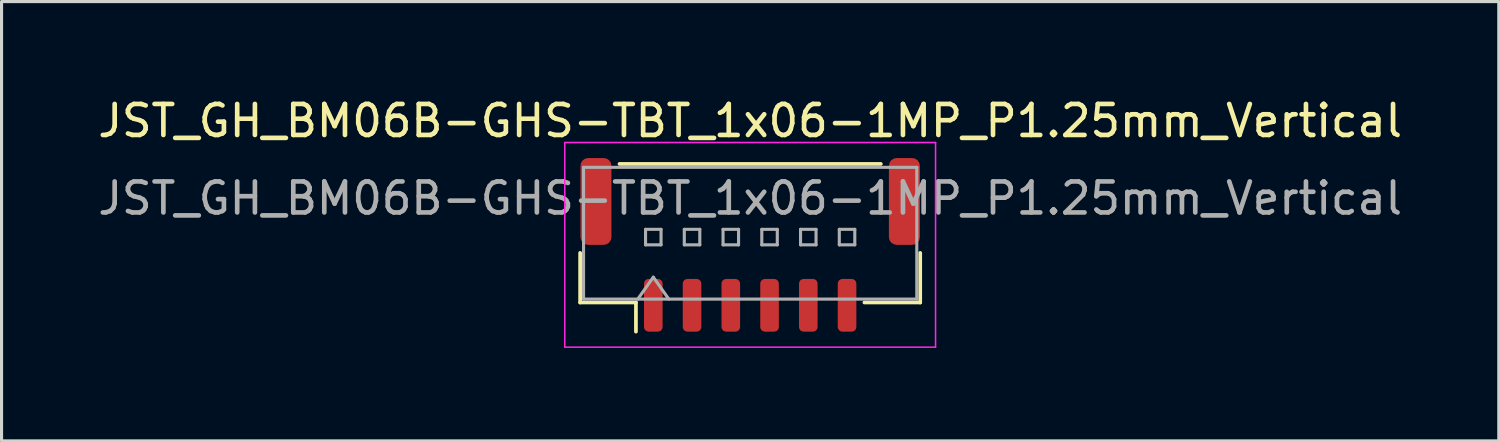
<source format=kicad_pcb>
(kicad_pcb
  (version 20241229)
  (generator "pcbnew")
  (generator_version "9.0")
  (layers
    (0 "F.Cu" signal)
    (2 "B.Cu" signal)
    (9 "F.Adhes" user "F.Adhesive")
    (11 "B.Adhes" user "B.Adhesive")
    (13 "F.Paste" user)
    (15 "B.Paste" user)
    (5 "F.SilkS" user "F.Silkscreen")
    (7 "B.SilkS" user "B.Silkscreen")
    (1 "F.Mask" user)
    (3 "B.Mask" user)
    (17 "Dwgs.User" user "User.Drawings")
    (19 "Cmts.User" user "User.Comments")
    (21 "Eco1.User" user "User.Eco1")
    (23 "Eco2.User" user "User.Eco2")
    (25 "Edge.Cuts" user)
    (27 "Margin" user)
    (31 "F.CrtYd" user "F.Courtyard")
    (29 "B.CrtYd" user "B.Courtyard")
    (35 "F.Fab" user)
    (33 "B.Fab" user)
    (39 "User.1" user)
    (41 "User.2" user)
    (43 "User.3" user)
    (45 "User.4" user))
  (footprint "JST_GH_BM06B-GHS-TBT_1x06-1MP_P1.25mm_Vertical"
    (layer "F.Cu")
    (at 21.149 4.848)
    (property "Reference" "JST_GH_BM06B-GHS-TBT_1x06-1MP_P1.25mm_Vertical" (at 0 -4 180) (layer "F.SilkS") (effects (font (size 1 1) (thickness 0.15))))
    (attr smd)
    (fp_line (start -5.485 0.26) (end -5.485 1.86) (stroke (width 0.12) (type solid)) (layer "F.SilkS"))
    (fp_line (start -5.485 1.86) (end -3.685 1.86) (stroke (width 0.12) (type solid)) (layer "F.SilkS"))
    (fp_line (start -4.215 -2.61) (end 4.215 -2.61) (stroke (width 0.12) (type solid)) (layer "F.SilkS"))
    (fp_line (start -3.685 1.86) (end -3.685 2.8) (stroke (width 0.12) (type solid)) (layer "F.SilkS"))
    (fp_line (start 5.485 0.26) (end 5.485 1.86) (stroke (width 0.12) (type solid)) (layer "F.SilkS"))
    (fp_line (start 5.485 1.86) (end 3.685 1.86) (stroke (width 0.12) (type solid)) (layer "F.SilkS"))
    (fp_line (start -5.98 -3.3) (end -5.98 3.3) (stroke (width 0.05) (type solid)) (layer "F.CrtYd"))
    (fp_line (start -5.98 3.3) (end 5.98 3.3) (stroke (width 0.05) (type solid)) (layer "F.CrtYd"))
    (fp_line (start 5.98 -3.3) (end -5.98 -3.3) (stroke (width 0.05) (type solid)) (layer "F.CrtYd"))
    (fp_line (start 5.98 3.3) (end 5.98 -3.3) (stroke (width 0.05) (type solid)) (layer "F.CrtYd"))
    (fp_line (start -5.375 -2.5) (end 5.375 -2.5) (stroke (width 0.1) (type solid)) (layer "F.Fab"))
    (fp_line (start -5.375 1.75) (end -5.375 -2.5) (stroke (width 0.1) (type solid)) (layer "F.Fab"))
    (fp_line (start -5.375 1.75) (end 5.375 1.75) (stroke (width 0.1) (type solid)) (layer "F.Fab"))
    (fp_line (start -3.625 1.75) (end -3.125 1.043) (stroke (width 0.1) (type solid)) (layer "F.Fab"))
    (fp_line (start -3.375 -0.5) (end -3.375 0) (stroke (width 0.1) (type solid)) (layer "F.Fab"))
    (fp_line (start -3.375 0) (end -2.875 0) (stroke (width 0.1) (type solid)) (layer "F.Fab"))
    (fp_line (start -3.125 1.043) (end -2.625 1.75) (stroke (width 0.1) (type solid)) (layer "F.Fab"))
    (fp_line (start -2.875 -0.5) (end -3.375 -0.5) (stroke (width 0.1) (type solid)) (layer "F.Fab"))
    (fp_line (start -2.875 0) (end -2.875 -0.5) (stroke (width 0.1) (type solid)) (layer "F.Fab"))
    (fp_line (start -2.125 -0.5) (end -2.125 0) (stroke (width 0.1) (type solid)) (layer "F.Fab"))
    (fp_line (start -2.125 0) (end -1.625 0) (stroke (width 0.1) (type solid)) (layer "F.Fab"))
    (fp_line (start -1.625 -0.5) (end -2.125 -0.5) (stroke (width 0.1) (type solid)) (layer "F.Fab"))
    (fp_line (start -1.625 0) (end -1.625 -0.5) (stroke (width 0.1) (type solid)) (layer "F.Fab"))
    (fp_line (start -0.875 -0.5) (end -0.875 0) (stroke (width 0.1) (type solid)) (layer "F.Fab"))
    (fp_line (start -0.875 0) (end -0.375 0) (stroke (width 0.1) (type solid)) (layer "F.Fab"))
    (fp_line (start -0.375 -0.5) (end -0.875 -0.5) (stroke (width 0.1) (type solid)) (layer "F.Fab"))
    (fp_line (start -0.375 0) (end -0.375 -0.5) (stroke (width 0.1) (type solid)) (layer "F.Fab"))
    (fp_line (start 0.375 -0.5) (end 0.375 0) (stroke (width 0.1) (type solid)) (layer "F.Fab"))
    (fp_line (start 0.375 0) (end 0.875 0) (stroke (width 0.1) (type solid)) (layer "F.Fab"))
    (fp_line (start 0.875 -0.5) (end 0.375 -0.5) (stroke (width 0.1) (type solid)) (layer "F.Fab"))
    (fp_line (start 0.875 0) (end 0.875 -0.5) (stroke (width 0.1) (type solid)) (layer "F.Fab"))
    (fp_line (start 1.625 -0.5) (end 1.625 0) (stroke (width 0.1) (type solid)) (layer "F.Fab"))
    (fp_line (start 1.625 0) (end 2.125 0) (stroke (width 0.1) (type solid)) (layer "F.Fab"))
    (fp_line (start 2.125 -0.5) (end 1.625 -0.5) (stroke (width 0.1) (type solid)) (layer "F.Fab"))
    (fp_line (start 2.125 0) (end 2.125 -0.5) (stroke (width 0.1) (type solid)) (layer "F.Fab"))
    (fp_line (start 2.875 -0.5) (end 2.875 0) (stroke (width 0.1) (type solid)) (layer "F.Fab"))
    (fp_line (start 2.875 0) (end 3.375 0) (stroke (width 0.1) (type solid)) (layer "F.Fab"))
    (fp_line (start 3.375 -0.5) (end 2.875 -0.5) (stroke (width 0.1) (type solid)) (layer "F.Fab"))
    (fp_line (start 3.375 0) (end 3.375 -0.5) (stroke (width 0.1) (type solid)) (layer "F.Fab"))
    (fp_line (start 5.375 1.75) (end 5.375 -2.5) (stroke (width 0.1) (type solid)) (layer "F.Fab"))
    (fp_text user "${REFERENCE}" (at 0 -1.5 180) (layer "F.Fab") (effects (font (size 1 1) (thickness 0.15))))
    (pad "" smd roundrect (at -4.975 -1.4) (size 1 2.8) (layers "F.Cu" "F.Mask" "F.Paste") (roundrect_rratio 0.25))
    (pad "" smd roundrect (at 4.975 -1.4) (size 1 2.8) (layers "F.Cu" "F.Mask" "F.Paste") (roundrect_rratio 0.25))
    (pad "1" smd roundrect (at -3.125 1.95) (size 0.6 1.7) (layers "F.Cu" "F.Mask" "F.Paste") (roundrect_rratio 0.25))
    (pad "2" smd roundrect (at -1.875 1.95) (size 0.6 1.7) (layers "F.Cu" "F.Mask" "F.Paste") (roundrect_rratio 0.25))
    (pad "3" smd roundrect (at -0.625 1.95) (size 0.6 1.7) (layers "F.Cu" "F.Mask" "F.Paste") (roundrect_rratio 0.25))
    (pad "4" smd roundrect (at 0.625 1.95) (size 0.6 1.7) (layers "F.Cu" "F.Mask" "F.Paste") (roundrect_rratio 0.25))
    (pad "5" smd roundrect (at 1.875 1.95) (size 0.6 1.7) (layers "F.Cu" "F.Mask" "F.Paste") (roundrect_rratio 0.25))
    (pad "6" smd roundrect (at 3.125 1.95) (size 0.6 1.7) (layers "F.Cu" "F.Mask" "F.Paste") (roundrect_rratio 0.25)))
  (gr_rect
    (start -3 -3)
    (end 45.298 11.173)
    (stroke (width 0.1) (type default))
    (fill no)
    (layer "Edge.Cuts")))
</source>
